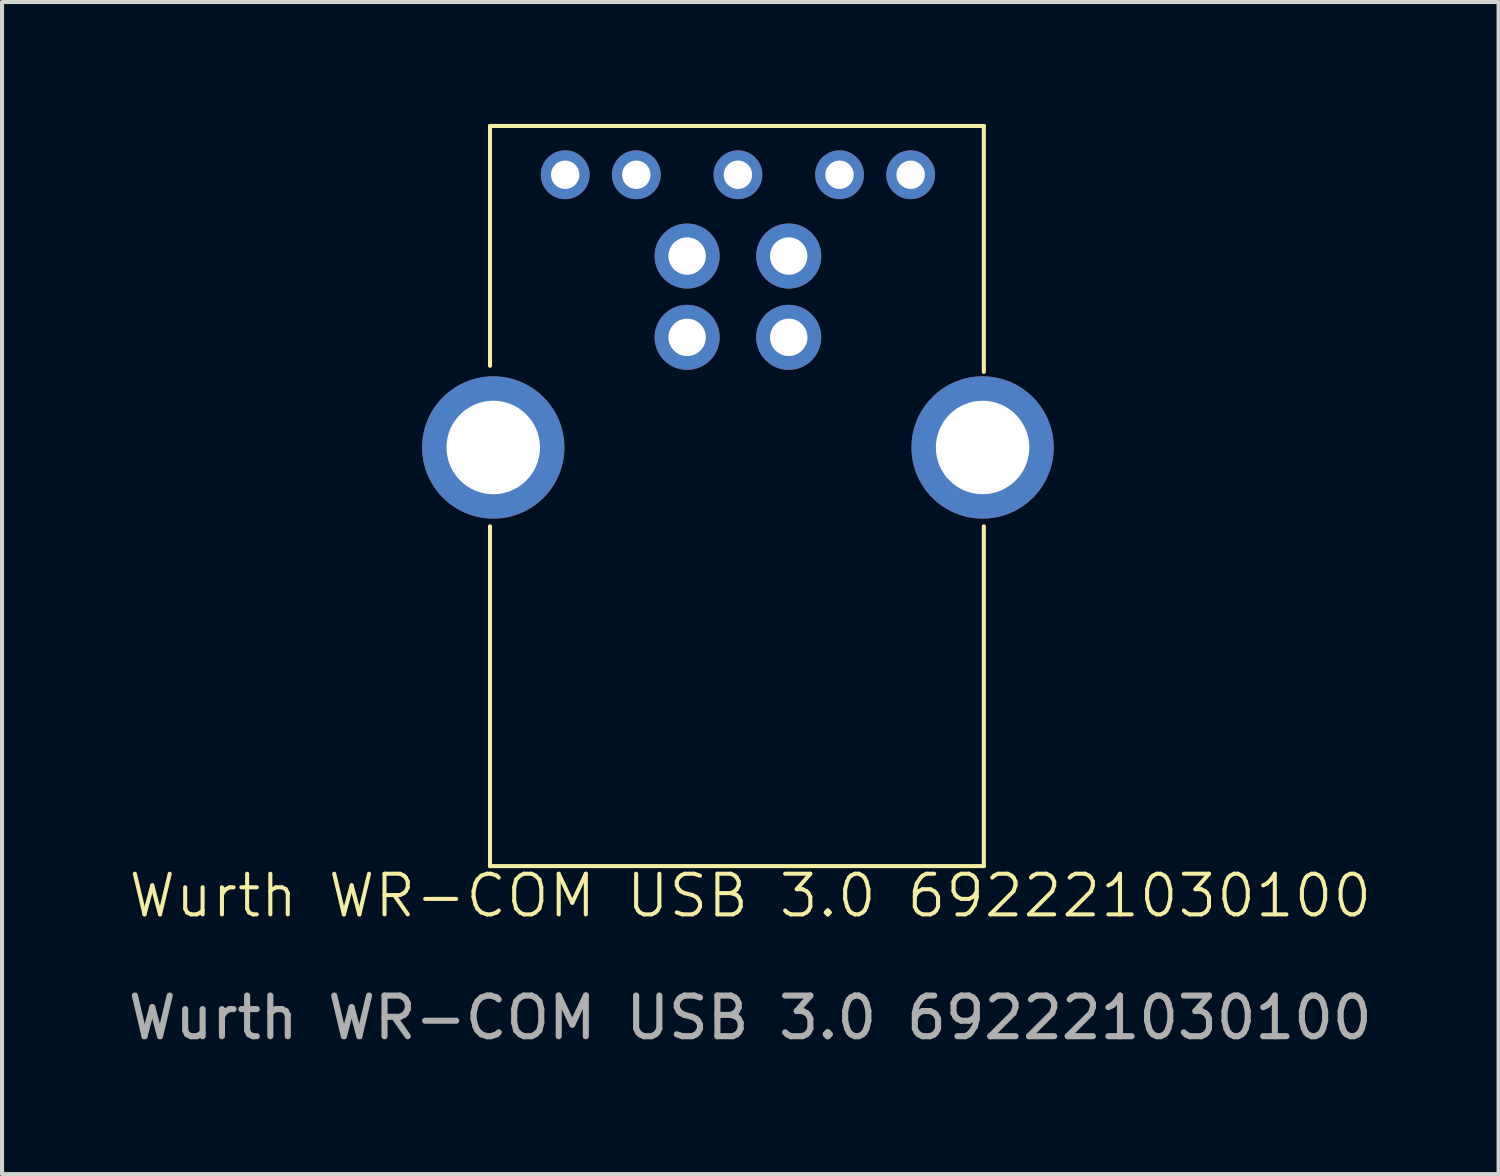
<source format=kicad_pcb>
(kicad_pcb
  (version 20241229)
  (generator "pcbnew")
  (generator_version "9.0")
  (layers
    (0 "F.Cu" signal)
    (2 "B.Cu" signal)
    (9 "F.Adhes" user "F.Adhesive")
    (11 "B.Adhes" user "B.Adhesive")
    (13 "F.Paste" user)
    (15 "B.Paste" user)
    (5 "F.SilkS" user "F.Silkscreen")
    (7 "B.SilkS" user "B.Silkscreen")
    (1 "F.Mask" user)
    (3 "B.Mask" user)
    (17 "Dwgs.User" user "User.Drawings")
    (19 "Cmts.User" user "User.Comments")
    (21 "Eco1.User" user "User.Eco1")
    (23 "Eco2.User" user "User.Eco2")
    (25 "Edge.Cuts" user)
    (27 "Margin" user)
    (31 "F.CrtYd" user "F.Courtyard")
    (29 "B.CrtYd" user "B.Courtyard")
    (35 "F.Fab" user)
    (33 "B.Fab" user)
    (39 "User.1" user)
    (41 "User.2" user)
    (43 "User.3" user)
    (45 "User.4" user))
  (footprint "Wurth WR-COM USB 3.0 692221030100"
    (layer "F.Cu")
    (at 15.106 5.25)
    (property "Reference" "Wurth WR-COM USB 3.0 692221030100" (at 0.305 13.74 0) (unlocked yes) (layer "F.SilkS") (effects (font (size 1 1) (thickness 0.1))))
    (attr through_hole)
    (fp_line (start -6.1 -5.2) (end -6.1 0.7) (stroke (width 0.1) (type default)) (layer "F.SilkS"))
    (fp_line (start -6.1 4.65) (end -6.1 13.01) (stroke (width 0.1) (type default)) (layer "F.SilkS"))
    (fp_line (start -6.1 13.01) (end 6.05 13.01) (stroke (width 0.1) (type default)) (layer "F.SilkS"))
    (fp_line (start 6.05 -5.2) (end -6.1 -5.2) (stroke (width 0.1) (type default)) (layer "F.SilkS"))
    (fp_line (start 6.05 0.85) (end 6.05 -5.2) (stroke (width 0.1) (type default)) (layer "F.SilkS"))
    (fp_line (start 6.05 13.01) (end 6.05 4.65) (stroke (width 0.1) (type default)) (layer "F.SilkS"))
    (fp_text user "${REFERENCE}" (at 0.305 16.74 0) (unlocked yes) (layer "F.Fab") (effects (font (size 1 1) (thickness 0.15))))
    (pad "1" thru_hole circle (at 1.25 -2) (size 1.6 1.6) (drill 0.92) (layers "*.Cu" "*.Mask"))
    (pad "2" thru_hole circle (at -1.25 -2) (size 1.6 1.6) (drill 0.92) (layers "*.Cu" "*.Mask"))
    (pad "3" thru_hole circle (at -1.25 0) (size 1.6 1.6) (drill 0.92) (layers "*.Cu" "*.Mask"))
    (pad "4" thru_hole circle (at 1.25 0) (size 1.6 1.6) (drill 0.92) (layers "*.Cu" "*.Mask"))
    (pad "5" thru_hole circle (at -4.25 -4) (size 1.2 1.2) (drill 0.7) (layers "*.Cu" "*.Mask") (remove_unused_layers yes) (keep_end_layers yes) (zone_layer_connections))
    (pad "6" thru_hole circle (at -2.5 -4) (size 1.2 1.2) (drill 0.7) (layers "*.Cu" "*.Mask") (remove_unused_layers yes) (keep_end_layers yes) (zone_layer_connections))
    (pad "7" thru_hole circle (at 0 -4) (size 1.2 1.2) (drill 0.7) (layers "*.Cu" "*.Mask") (remove_unused_layers yes) (keep_end_layers yes) (zone_layer_connections))
    (pad "8" thru_hole circle (at 2.5 -4) (size 1.2 1.2) (drill 0.7) (layers "*.Cu" "*.Mask") (remove_unused_layers yes) (keep_end_layers yes) (zone_layer_connections))
    (pad "9" thru_hole circle (at 4.25 -4) (size 1.2 1.2) (drill 0.7) (layers "*.Cu" "*.Mask") (remove_unused_layers yes) (keep_end_layers yes) (zone_layer_connections))
    (pad "10" thru_hole circle (at -6.02 2.71) (size 3.5 3.5) (drill 2.3) (layers "*.Cu" "*.Mask"))
    (pad "10" thru_hole circle (at 6.02 2.71) (size 3.5 3.5) (drill 2.3) (layers "*.Cu" "*.Mask")))
  (gr_rect
    (start -3 -3)
    (end 33.821 25.838)
    (stroke (width 0.1) (type default))
    (fill no)
    (layer "Edge.Cuts")))
</source>
